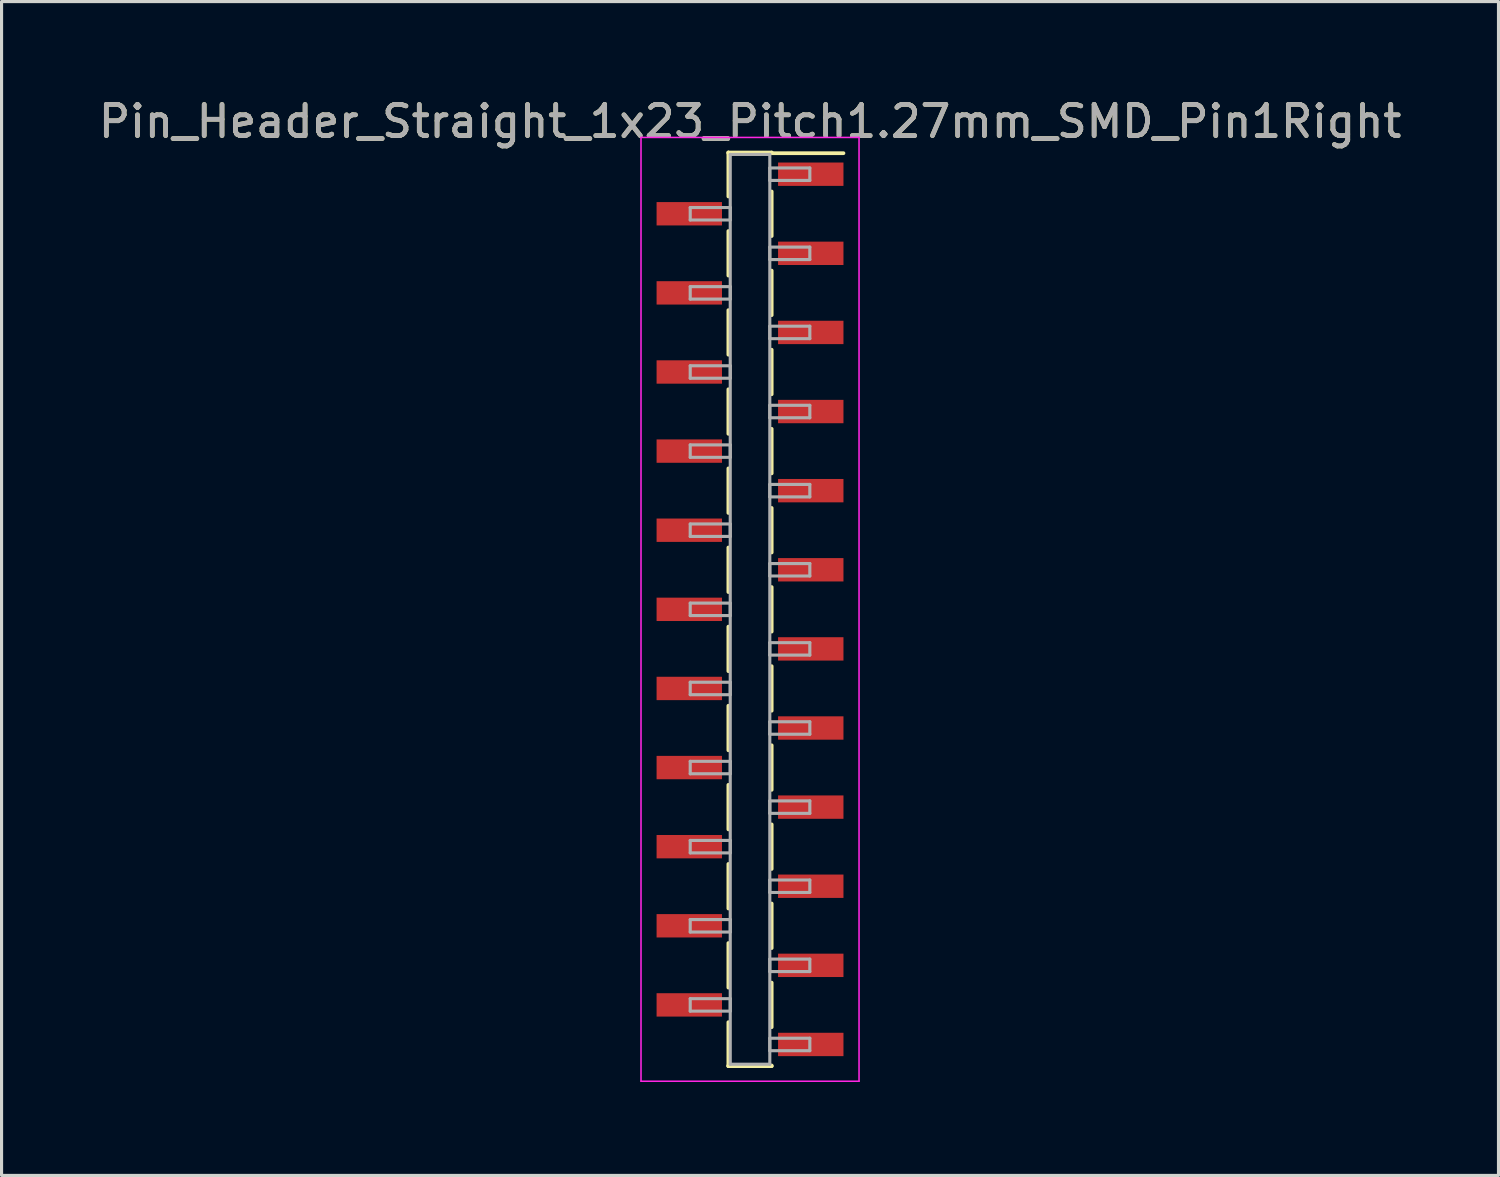
<source format=kicad_pcb>
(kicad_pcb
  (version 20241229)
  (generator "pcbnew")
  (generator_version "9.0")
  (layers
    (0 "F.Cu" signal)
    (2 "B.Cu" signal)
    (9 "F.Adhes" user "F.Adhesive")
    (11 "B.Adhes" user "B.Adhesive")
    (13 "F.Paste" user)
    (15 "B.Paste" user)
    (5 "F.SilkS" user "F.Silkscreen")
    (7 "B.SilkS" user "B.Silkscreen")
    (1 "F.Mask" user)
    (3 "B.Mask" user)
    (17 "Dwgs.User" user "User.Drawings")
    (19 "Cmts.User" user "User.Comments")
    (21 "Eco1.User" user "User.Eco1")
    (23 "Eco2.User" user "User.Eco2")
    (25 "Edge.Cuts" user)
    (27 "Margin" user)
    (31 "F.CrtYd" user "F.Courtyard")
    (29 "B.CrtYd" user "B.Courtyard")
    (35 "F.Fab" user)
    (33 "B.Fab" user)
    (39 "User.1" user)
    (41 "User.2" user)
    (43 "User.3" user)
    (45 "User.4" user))
  (footprint "Pin_Header_Straight_1x23_Pitch1.27mm_SMD_Pin1Right"
    (layer "F.Cu")
    (at 21.03 16.513)
    (property "Reference" "Pin_Header_Straight_1x23_Pitch1.27mm_SMD_Pin1Right" (at 0 -15.665 0) (layer "F.SilkS") (effects (font (size 1 1) (thickness 0.15))))
    (attr smd)
    (fp_line (start -0.695 -14.665) (end -0.695 -13.255) (stroke (width 0.12) (type solid)) (layer "F.SilkS"))
    (fp_line (start -0.695 -14.665) (end 0.695 -14.665) (stroke (width 0.12) (type solid)) (layer "F.SilkS"))
    (fp_line (start -0.695 -14.645) (end -0.695 -14.665) (stroke (width 0.12) (type solid)) (layer "F.SilkS"))
    (fp_line (start -0.695 -12.145) (end -0.695 -10.715) (stroke (width 0.12) (type solid)) (layer "F.SilkS"))
    (fp_line (start -0.695 -9.605) (end -0.695 -8.175) (stroke (width 0.12) (type solid)) (layer "F.SilkS"))
    (fp_line (start -0.695 -7.065) (end -0.695 -5.635) (stroke (width 0.12) (type solid)) (layer "F.SilkS"))
    (fp_line (start -0.695 -4.525) (end -0.695 -3.095) (stroke (width 0.12) (type solid)) (layer "F.SilkS"))
    (fp_line (start -0.695 -1.985) (end -0.695 -0.555) (stroke (width 0.12) (type solid)) (layer "F.SilkS"))
    (fp_line (start -0.695 0.555) (end -0.695 1.985) (stroke (width 0.12) (type solid)) (layer "F.SilkS"))
    (fp_line (start -0.695 3.095) (end -0.695 4.525) (stroke (width 0.12) (type solid)) (layer "F.SilkS"))
    (fp_line (start -0.695 5.635) (end -0.695 7.065) (stroke (width 0.12) (type solid)) (layer "F.SilkS"))
    (fp_line (start -0.695 8.175) (end -0.695 9.605) (stroke (width 0.12) (type solid)) (layer "F.SilkS"))
    (fp_line (start -0.695 10.715) (end -0.695 12.145) (stroke (width 0.12) (type solid)) (layer "F.SilkS"))
    (fp_line (start -0.695 13.255) (end -0.695 14.665) (stroke (width 0.12) (type solid)) (layer "F.SilkS"))
    (fp_line (start -0.695 14.645) (end -0.695 14.665) (stroke (width 0.12) (type solid)) (layer "F.SilkS"))
    (fp_line (start -0.695 14.665) (end 0.695 14.665) (stroke (width 0.12) (type solid)) (layer "F.SilkS"))
    (fp_line (start 0.695 -14.665) (end 0.695 -14.645) (stroke (width 0.12) (type solid)) (layer "F.SilkS"))
    (fp_line (start 0.695 -14.645) (end 3 -14.645) (stroke (width 0.12) (type solid)) (layer "F.SilkS"))
    (fp_line (start 0.695 -13.415) (end 0.695 -11.985) (stroke (width 0.12) (type solid)) (layer "F.SilkS"))
    (fp_line (start 0.695 -10.875) (end 0.695 -9.445) (stroke (width 0.12) (type solid)) (layer "F.SilkS"))
    (fp_line (start 0.695 -8.335) (end 0.695 -6.905) (stroke (width 0.12) (type solid)) (layer "F.SilkS"))
    (fp_line (start 0.695 -5.795) (end 0.695 -4.365) (stroke (width 0.12) (type solid)) (layer "F.SilkS"))
    (fp_line (start 0.695 -3.255) (end 0.695 -1.825) (stroke (width 0.12) (type solid)) (layer "F.SilkS"))
    (fp_line (start 0.695 -0.715) (end 0.695 0.715) (stroke (width 0.12) (type solid)) (layer "F.SilkS"))
    (fp_line (start 0.695 1.825) (end 0.695 3.255) (stroke (width 0.12) (type solid)) (layer "F.SilkS"))
    (fp_line (start 0.695 4.365) (end 0.695 5.795) (stroke (width 0.12) (type solid)) (layer "F.SilkS"))
    (fp_line (start 0.695 6.905) (end 0.695 8.335) (stroke (width 0.12) (type solid)) (layer "F.SilkS"))
    (fp_line (start 0.695 9.445) (end 0.695 10.875) (stroke (width 0.12) (type solid)) (layer "F.SilkS"))
    (fp_line (start 0.695 11.985) (end 0.695 13.415) (stroke (width 0.12) (type solid)) (layer "F.SilkS"))
    (fp_line (start 0.695 14.665) (end 0.695 14.645) (stroke (width 0.12) (type solid)) (layer "F.SilkS"))
    (fp_line (start -3.5 -15.15) (end -3.5 15.15) (stroke (width 0.05) (type solid)) (layer "F.CrtYd"))
    (fp_line (start -3.5 15.15) (end 3.5 15.15) (stroke (width 0.05) (type solid)) (layer "F.CrtYd"))
    (fp_line (start 3.5 -15.15) (end -3.5 -15.15) (stroke (width 0.05) (type solid)) (layer "F.CrtYd"))
    (fp_line (start 3.5 15.15) (end 3.5 -15.15) (stroke (width 0.05) (type solid)) (layer "F.CrtYd"))
    (fp_line (start -1.92 -12.9) (end -0.635 -12.9) (stroke (width 0.1) (type solid)) (layer "F.Fab"))
    (fp_line (start -1.92 -12.5) (end -1.92 -12.9) (stroke (width 0.1) (type solid)) (layer "F.Fab"))
    (fp_line (start -1.92 -10.36) (end -0.635 -10.36) (stroke (width 0.1) (type solid)) (layer "F.Fab"))
    (fp_line (start -1.92 -9.96) (end -1.92 -10.36) (stroke (width 0.1) (type solid)) (layer "F.Fab"))
    (fp_line (start -1.92 -7.82) (end -0.635 -7.82) (stroke (width 0.1) (type solid)) (layer "F.Fab"))
    (fp_line (start -1.92 -7.42) (end -1.92 -7.82) (stroke (width 0.1) (type solid)) (layer "F.Fab"))
    (fp_line (start -1.92 -5.28) (end -0.635 -5.28) (stroke (width 0.1) (type solid)) (layer "F.Fab"))
    (fp_line (start -1.92 -4.88) (end -1.92 -5.28) (stroke (width 0.1) (type solid)) (layer "F.Fab"))
    (fp_line (start -1.92 -2.74) (end -0.635 -2.74) (stroke (width 0.1) (type solid)) (layer "F.Fab"))
    (fp_line (start -1.92 -2.34) (end -1.92 -2.74) (stroke (width 0.1) (type solid)) (layer "F.Fab"))
    (fp_line (start -1.92 -0.2) (end -0.635 -0.2) (stroke (width 0.1) (type solid)) (layer "F.Fab"))
    (fp_line (start -1.92 0.2) (end -1.92 -0.2) (stroke (width 0.1) (type solid)) (layer "F.Fab"))
    (fp_line (start -1.92 2.34) (end -0.635 2.34) (stroke (width 0.1) (type solid)) (layer "F.Fab"))
    (fp_line (start -1.92 2.74) (end -1.92 2.34) (stroke (width 0.1) (type solid)) (layer "F.Fab"))
    (fp_line (start -1.92 4.88) (end -0.635 4.88) (stroke (width 0.1) (type solid)) (layer "F.Fab"))
    (fp_line (start -1.92 5.28) (end -1.92 4.88) (stroke (width 0.1) (type solid)) (layer "F.Fab"))
    (fp_line (start -1.92 7.42) (end -0.635 7.42) (stroke (width 0.1) (type solid)) (layer "F.Fab"))
    (fp_line (start -1.92 7.82) (end -1.92 7.42) (stroke (width 0.1) (type solid)) (layer "F.Fab"))
    (fp_line (start -1.92 9.96) (end -0.635 9.96) (stroke (width 0.1) (type solid)) (layer "F.Fab"))
    (fp_line (start -1.92 10.36) (end -1.92 9.96) (stroke (width 0.1) (type solid)) (layer "F.Fab"))
    (fp_line (start -1.92 12.5) (end -0.635 12.5) (stroke (width 0.1) (type solid)) (layer "F.Fab"))
    (fp_line (start -1.92 12.9) (end -1.92 12.5) (stroke (width 0.1) (type solid)) (layer "F.Fab"))
    (fp_line (start -0.635 -14.605) (end -0.635 14.605) (stroke (width 0.1) (type solid)) (layer "F.Fab"))
    (fp_line (start -0.635 -12.9) (end -0.635 -12.5) (stroke (width 0.1) (type solid)) (layer "F.Fab"))
    (fp_line (start -0.635 -12.5) (end -1.92 -12.5) (stroke (width 0.1) (type solid)) (layer "F.Fab"))
    (fp_line (start -0.635 -10.36) (end -0.635 -9.96) (stroke (width 0.1) (type solid)) (layer "F.Fab"))
    (fp_line (start -0.635 -9.96) (end -1.92 -9.96) (stroke (width 0.1) (type solid)) (layer "F.Fab"))
    (fp_line (start -0.635 -7.82) (end -0.635 -7.42) (stroke (width 0.1) (type solid)) (layer "F.Fab"))
    (fp_line (start -0.635 -7.42) (end -1.92 -7.42) (stroke (width 0.1) (type solid)) (layer "F.Fab"))
    (fp_line (start -0.635 -5.28) (end -0.635 -4.88) (stroke (width 0.1) (type solid)) (layer "F.Fab"))
    (fp_line (start -0.635 -4.88) (end -1.92 -4.88) (stroke (width 0.1) (type solid)) (layer "F.Fab"))
    (fp_line (start -0.635 -2.74) (end -0.635 -2.34) (stroke (width 0.1) (type solid)) (layer "F.Fab"))
    (fp_line (start -0.635 -2.34) (end -1.92 -2.34) (stroke (width 0.1) (type solid)) (layer "F.Fab"))
    (fp_line (start -0.635 -0.2) (end -0.635 0.2) (stroke (width 0.1) (type solid)) (layer "F.Fab"))
    (fp_line (start -0.635 0.2) (end -1.92 0.2) (stroke (width 0.1) (type solid)) (layer "F.Fab"))
    (fp_line (start -0.635 2.34) (end -0.635 2.74) (stroke (width 0.1) (type solid)) (layer "F.Fab"))
    (fp_line (start -0.635 2.74) (end -1.92 2.74) (stroke (width 0.1) (type solid)) (layer "F.Fab"))
    (fp_line (start -0.635 4.88) (end -0.635 5.28) (stroke (width 0.1) (type solid)) (layer "F.Fab"))
    (fp_line (start -0.635 5.28) (end -1.92 5.28) (stroke (width 0.1) (type solid)) (layer "F.Fab"))
    (fp_line (start -0.635 7.42) (end -0.635 7.82) (stroke (width 0.1) (type solid)) (layer "F.Fab"))
    (fp_line (start -0.635 7.82) (end -1.92 7.82) (stroke (width 0.1) (type solid)) (layer "F.Fab"))
    (fp_line (start -0.635 9.96) (end -0.635 10.36) (stroke (width 0.1) (type solid)) (layer "F.Fab"))
    (fp_line (start -0.635 10.36) (end -1.92 10.36) (stroke (width 0.1) (type solid)) (layer "F.Fab"))
    (fp_line (start -0.635 12.5) (end -0.635 12.9) (stroke (width 0.1) (type solid)) (layer "F.Fab"))
    (fp_line (start -0.635 12.9) (end -1.92 12.9) (stroke (width 0.1) (type solid)) (layer "F.Fab"))
    (fp_line (start -0.635 14.605) (end 0.635 14.605) (stroke (width 0.1) (type solid)) (layer "F.Fab"))
    (fp_line (start 0.635 -14.605) (end -0.635 -14.605) (stroke (width 0.1) (type solid)) (layer "F.Fab"))
    (fp_line (start 0.635 -14.17) (end 0.635 -13.77) (stroke (width 0.1) (type solid)) (layer "F.Fab"))
    (fp_line (start 0.635 -13.77) (end 1.92 -13.77) (stroke (width 0.1) (type solid)) (layer "F.Fab"))
    (fp_line (start 0.635 -11.63) (end 0.635 -11.23) (stroke (width 0.1) (type solid)) (layer "F.Fab"))
    (fp_line (start 0.635 -11.23) (end 1.92 -11.23) (stroke (width 0.1) (type solid)) (layer "F.Fab"))
    (fp_line (start 0.635 -9.09) (end 0.635 -8.69) (stroke (width 0.1) (type solid)) (layer "F.Fab"))
    (fp_line (start 0.635 -8.69) (end 1.92 -8.69) (stroke (width 0.1) (type solid)) (layer "F.Fab"))
    (fp_line (start 0.635 -6.55) (end 0.635 -6.15) (stroke (width 0.1) (type solid)) (layer "F.Fab"))
    (fp_line (start 0.635 -6.15) (end 1.92 -6.15) (stroke (width 0.1) (type solid)) (layer "F.Fab"))
    (fp_line (start 0.635 -4.01) (end 0.635 -3.61) (stroke (width 0.1) (type solid)) (layer "F.Fab"))
    (fp_line (start 0.635 -3.61) (end 1.92 -3.61) (stroke (width 0.1) (type solid)) (layer "F.Fab"))
    (fp_line (start 0.635 -1.47) (end 0.635 -1.07) (stroke (width 0.1) (type solid)) (layer "F.Fab"))
    (fp_line (start 0.635 -1.07) (end 1.92 -1.07) (stroke (width 0.1) (type solid)) (layer "F.Fab"))
    (fp_line (start 0.635 1.07) (end 0.635 1.47) (stroke (width 0.1) (type solid)) (layer "F.Fab"))
    (fp_line (start 0.635 1.47) (end 1.92 1.47) (stroke (width 0.1) (type solid)) (layer "F.Fab"))
    (fp_line (start 0.635 3.61) (end 0.635 4.01) (stroke (width 0.1) (type solid)) (layer "F.Fab"))
    (fp_line (start 0.635 4.01) (end 1.92 4.01) (stroke (width 0.1) (type solid)) (layer "F.Fab"))
    (fp_line (start 0.635 6.15) (end 0.635 6.55) (stroke (width 0.1) (type solid)) (layer "F.Fab"))
    (fp_line (start 0.635 6.55) (end 1.92 6.55) (stroke (width 0.1) (type solid)) (layer "F.Fab"))
    (fp_line (start 0.635 8.69) (end 0.635 9.09) (stroke (width 0.1) (type solid)) (layer "F.Fab"))
    (fp_line (start 0.635 9.09) (end 1.92 9.09) (stroke (width 0.1) (type solid)) (layer "F.Fab"))
    (fp_line (start 0.635 11.23) (end 0.635 11.63) (stroke (width 0.1) (type solid)) (layer "F.Fab"))
    (fp_line (start 0.635 11.63) (end 1.92 11.63) (stroke (width 0.1) (type solid)) (layer "F.Fab"))
    (fp_line (start 0.635 13.77) (end 0.635 14.17) (stroke (width 0.1) (type solid)) (layer "F.Fab"))
    (fp_line (start 0.635 14.17) (end 1.92 14.17) (stroke (width 0.1) (type solid)) (layer "F.Fab"))
    (fp_line (start 0.635 14.605) (end 0.635 -14.605) (stroke (width 0.1) (type solid)) (layer "F.Fab"))
    (fp_line (start 1.92 -14.17) (end 0.635 -14.17) (stroke (width 0.1) (type solid)) (layer "F.Fab"))
    (fp_line (start 1.92 -13.77) (end 1.92 -14.17) (stroke (width 0.1) (type solid)) (layer "F.Fab"))
    (fp_line (start 1.92 -11.63) (end 0.635 -11.63) (stroke (width 0.1) (type solid)) (layer "F.Fab"))
    (fp_line (start 1.92 -11.23) (end 1.92 -11.63) (stroke (width 0.1) (type solid)) (layer "F.Fab"))
    (fp_line (start 1.92 -9.09) (end 0.635 -9.09) (stroke (width 0.1) (type solid)) (layer "F.Fab"))
    (fp_line (start 1.92 -8.69) (end 1.92 -9.09) (stroke (width 0.1) (type solid)) (layer "F.Fab"))
    (fp_line (start 1.92 -6.55) (end 0.635 -6.55) (stroke (width 0.1) (type solid)) (layer "F.Fab"))
    (fp_line (start 1.92 -6.15) (end 1.92 -6.55) (stroke (width 0.1) (type solid)) (layer "F.Fab"))
    (fp_line (start 1.92 -4.01) (end 0.635 -4.01) (stroke (width 0.1) (type solid)) (layer "F.Fab"))
    (fp_line (start 1.92 -3.61) (end 1.92 -4.01) (stroke (width 0.1) (type solid)) (layer "F.Fab"))
    (fp_line (start 1.92 -1.47) (end 0.635 -1.47) (stroke (width 0.1) (type solid)) (layer "F.Fab"))
    (fp_line (start 1.92 -1.07) (end 1.92 -1.47) (stroke (width 0.1) (type solid)) (layer "F.Fab"))
    (fp_line (start 1.92 1.07) (end 0.635 1.07) (stroke (width 0.1) (type solid)) (layer "F.Fab"))
    (fp_line (start 1.92 1.47) (end 1.92 1.07) (stroke (width 0.1) (type solid)) (layer "F.Fab"))
    (fp_line (start 1.92 3.61) (end 0.635 3.61) (stroke (width 0.1) (type solid)) (layer "F.Fab"))
    (fp_line (start 1.92 4.01) (end 1.92 3.61) (stroke (width 0.1) (type solid)) (layer "F.Fab"))
    (fp_line (start 1.92 6.15) (end 0.635 6.15) (stroke (width 0.1) (type solid)) (layer "F.Fab"))
    (fp_line (start 1.92 6.55) (end 1.92 6.15) (stroke (width 0.1) (type solid)) (layer "F.Fab"))
    (fp_line (start 1.92 8.69) (end 0.635 8.69) (stroke (width 0.1) (type solid)) (layer "F.Fab"))
    (fp_line (start 1.92 9.09) (end 1.92 8.69) (stroke (width 0.1) (type solid)) (layer "F.Fab"))
    (fp_line (start 1.92 11.23) (end 0.635 11.23) (stroke (width 0.1) (type solid)) (layer "F.Fab"))
    (fp_line (start 1.92 11.63) (end 1.92 11.23) (stroke (width 0.1) (type solid)) (layer "F.Fab"))
    (fp_line (start 1.92 13.77) (end 0.635 13.77) (stroke (width 0.1) (type solid)) (layer "F.Fab"))
    (fp_line (start 1.92 14.17) (end 1.92 13.77) (stroke (width 0.1) (type solid)) (layer "F.Fab"))
    (fp_text user "${REFERENCE}" (at 0 -15.665 0) (layer "F.Fab") (effects (font (size 1 1) (thickness 0.15))))
    (pad "1" smd rect (at 1.95 -13.97) (size 2.1 0.75) (layers "F.Cu" "F.Mask" "F.Paste"))
    (pad "2" smd rect (at -1.95 -12.7) (size 2.1 0.75) (layers "F.Cu" "F.Mask" "F.Paste"))
    (pad "3" smd rect (at 1.95 -11.43) (size 2.1 0.75) (layers "F.Cu" "F.Mask" "F.Paste"))
    (pad "4" smd rect (at -1.95 -10.16) (size 2.1 0.75) (layers "F.Cu" "F.Mask" "F.Paste"))
    (pad "5" smd rect (at 1.95 -8.89) (size 2.1 0.75) (layers "F.Cu" "F.Mask" "F.Paste"))
    (pad "6" smd rect (at -1.95 -7.62) (size 2.1 0.75) (layers "F.Cu" "F.Mask" "F.Paste"))
    (pad "7" smd rect (at 1.95 -6.35) (size 2.1 0.75) (layers "F.Cu" "F.Mask" "F.Paste"))
    (pad "8" smd rect (at -1.95 -5.08) (size 2.1 0.75) (layers "F.Cu" "F.Mask" "F.Paste"))
    (pad "9" smd rect (at 1.95 -3.81) (size 2.1 0.75) (layers "F.Cu" "F.Mask" "F.Paste"))
    (pad "10" smd rect (at -1.95 -2.54) (size 2.1 0.75) (layers "F.Cu" "F.Mask" "F.Paste"))
    (pad "11" smd rect (at 1.95 -1.27) (size 2.1 0.75) (layers "F.Cu" "F.Mask" "F.Paste"))
    (pad "12" smd rect (at -1.95 0) (size 2.1 0.75) (layers "F.Cu" "F.Mask" "F.Paste"))
    (pad "13" smd rect (at 1.95 1.27) (size 2.1 0.75) (layers "F.Cu" "F.Mask" "F.Paste"))
    (pad "14" smd rect (at -1.95 2.54) (size 2.1 0.75) (layers "F.Cu" "F.Mask" "F.Paste"))
    (pad "15" smd rect (at 1.95 3.81) (size 2.1 0.75) (layers "F.Cu" "F.Mask" "F.Paste"))
    (pad "16" smd rect (at -1.95 5.08) (size 2.1 0.75) (layers "F.Cu" "F.Mask" "F.Paste"))
    (pad "17" smd rect (at 1.95 6.35) (size 2.1 0.75) (layers "F.Cu" "F.Mask" "F.Paste"))
    (pad "18" smd rect (at -1.95 7.62) (size 2.1 0.75) (layers "F.Cu" "F.Mask" "F.Paste"))
    (pad "19" smd rect (at 1.95 8.89) (size 2.1 0.75) (layers "F.Cu" "F.Mask" "F.Paste"))
    (pad "20" smd rect (at -1.95 10.16) (size 2.1 0.75) (layers "F.Cu" "F.Mask" "F.Paste"))
    (pad "21" smd rect (at 1.95 11.43) (size 2.1 0.75) (layers "F.Cu" "F.Mask" "F.Paste"))
    (pad "22" smd rect (at -1.95 12.7) (size 2.1 0.75) (layers "F.Cu" "F.Mask" "F.Paste"))
    (pad "23" smd rect (at 1.95 13.97) (size 2.1 0.75) (layers "F.Cu" "F.Mask" "F.Paste")))
  (gr_rect
    (start -3 -3)
    (end 45.06 34.688)
    (stroke (width 0.1) (type default))
    (fill no)
    (layer "Edge.Cuts")))
</source>
